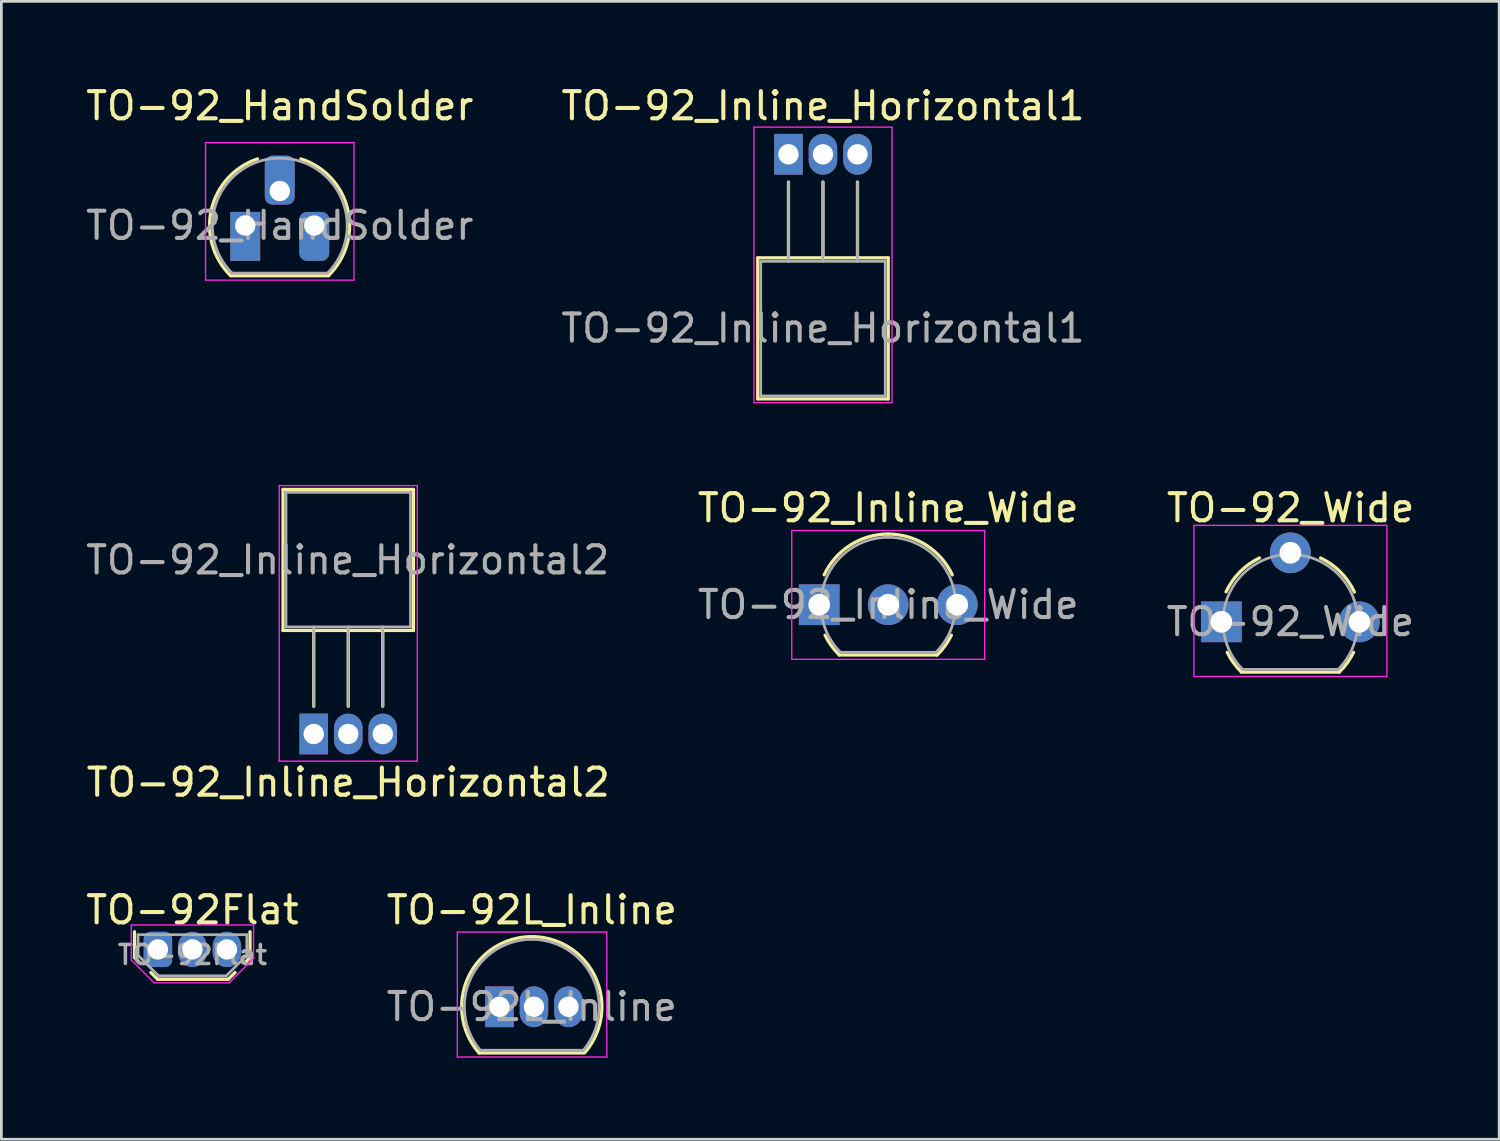
<source format=kicad_pcb>
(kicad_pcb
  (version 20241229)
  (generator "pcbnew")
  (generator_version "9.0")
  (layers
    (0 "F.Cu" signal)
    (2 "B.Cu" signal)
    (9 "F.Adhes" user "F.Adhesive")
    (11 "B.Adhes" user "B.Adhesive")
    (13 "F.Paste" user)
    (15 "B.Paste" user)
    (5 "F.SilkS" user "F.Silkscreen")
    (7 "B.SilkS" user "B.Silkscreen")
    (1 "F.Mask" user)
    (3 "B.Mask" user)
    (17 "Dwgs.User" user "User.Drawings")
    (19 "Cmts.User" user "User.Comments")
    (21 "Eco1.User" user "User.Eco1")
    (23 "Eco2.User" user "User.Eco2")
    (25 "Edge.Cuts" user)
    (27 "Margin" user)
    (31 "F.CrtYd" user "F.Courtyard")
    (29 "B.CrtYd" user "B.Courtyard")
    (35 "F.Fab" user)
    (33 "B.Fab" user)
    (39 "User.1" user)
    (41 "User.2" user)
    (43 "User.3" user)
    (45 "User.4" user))
  (footprint "TO-92_Wide"
    (layer "F.Cu")
    (at 41.891 19.831)
    (property "Reference" "TO-92_Wide" (at 2.55 -4.19 0) (layer "F.SilkS") (effects (font (size 1 1) (thickness 0.15))))
    (attr through_hole)
    (fp_line (start 0.74 1.85) (end 4.34 1.85) (stroke (width 0.12) (type solid)) (layer "F.SilkS"))
    (fp_arc (start 0.172801 -1.103842) (mid 0.678995 -1.832692) (end 1.4 -2.35) (stroke (width 0.12) (type solid)) (layer "F.SilkS"))
    (fp_arc (start 0.74 1.85) (mid 0.446097 1.509328) (end 0.215816 1.122795) (stroke (width 0.12) (type solid)) (layer "F.SilkS"))
    (fp_arc (start 3.65 -2.35) (mid 4.382279 -1.833196) (end 4.895458 -1.098371) (stroke (width 0.12) (type solid)) (layer "F.SilkS"))
    (fp_arc (start 4.864184 1.122795) (mid 4.633903 1.509328) (end 4.34 1.85) (stroke (width 0.12) (type solid)) (layer "F.SilkS"))
    (fp_line (start -1.01 -3.55) (end -1.01 2.01) (stroke (width 0.05) (type solid)) (layer "F.CrtYd"))
    (fp_line (start -1.01 -3.55) (end 6.09 -3.55) (stroke (width 0.05) (type solid)) (layer "F.CrtYd"))
    (fp_line (start 6.09 2.01) (end -1.01 2.01) (stroke (width 0.05) (type solid)) (layer "F.CrtYd"))
    (fp_line (start 6.09 2.01) (end 6.09 -3.55) (stroke (width 0.05) (type solid)) (layer "F.CrtYd"))
    (fp_line (start 0.8 1.75) (end 4.3 1.75) (stroke (width 0.1) (type solid)) (layer "F.Fab"))
    (fp_arc (start 0.786375 1.753625) (mid 0.248779 -0.949055) (end 2.54 -2.48) (stroke (width 0.1) (type solid)) (layer "F.Fab"))
    (fp_arc (start 2.54 -2.48) (mid 4.831221 -0.949055) (end 4.293625 1.753625) (stroke (width 0.1) (type solid)) (layer "F.Fab"))
    (fp_text user "${REFERENCE}" (at 2.54 0 0) (layer "F.Fab") (effects (font (size 1 1) (thickness 0.15))))
    (pad "1" thru_hole rect (at 0 0) (size 1.5 1.5) (drill 0.8) (layers "*.Cu" "*.Mask"))
    (pad "2" thru_hole circle (at 2.54 -2.54) (size 1.5 1.5) (drill 0.8) (layers "*.Cu" "*.Mask"))
    (pad "3" thru_hole circle (at 5.08 0) (size 1.5 1.5) (drill 0.8) (layers "*.Cu" "*.Mask")))
  (footprint "TO-92_HandSolder"
    (layer "F.Cu")
    (at 5.974 5.248)
    (property "Reference" "TO-92_HandSolder" (at 1.27 -4.4 0) (layer "F.SilkS") (effects (font (size 1 1) (thickness 0.15))))
    (attr through_hole)
    (fp_line (start -0.53 1.85) (end 3.07 1.85) (stroke (width 0.12) (type solid)) (layer "F.SilkS"))
    (fp_arc (start -0.541875 1.841741) (mid -1.247231 -0.581764) (end 0.45 -2.45) (stroke (width 0.12) (type solid)) (layer "F.SilkS"))
    (fp_arc (start 2.05 -2.45) (mid 3.769931 -0.601036) (end 3.078445 1.827684) (stroke (width 0.12) (type solid)) (layer "F.SilkS"))
    (fp_line (start -1.46 -3.05) (end -1.46 2.01) (stroke (width 0.05) (type solid)) (layer "F.CrtYd"))
    (fp_line (start -1.46 -3.05) (end 4 -3.05) (stroke (width 0.05) (type solid)) (layer "F.CrtYd"))
    (fp_line (start 4 2.01) (end -1.46 2.01) (stroke (width 0.05) (type solid)) (layer "F.CrtYd"))
    (fp_line (start 4 2.01) (end 4 -3.05) (stroke (width 0.05) (type solid)) (layer "F.CrtYd"))
    (fp_line (start -0.5 1.75) (end 3 1.75) (stroke (width 0.1) (type solid)) (layer "F.Fab"))
    (fp_arc (start -0.483625 1.753625) (mid -1.021221 -0.949055) (end 1.27 -2.48) (stroke (width 0.1) (type solid)) (layer "F.Fab"))
    (fp_arc (start 1.27 -2.48) (mid 3.561221 -0.949055) (end 3.023625 1.753625) (stroke (width 0.1) (type solid)) (layer "F.Fab"))
    (fp_text user "${REFERENCE}" (at 1.27 0 0) (layer "F.Fab") (effects (font (size 1 1) (thickness 0.15))))
    (pad "1" thru_hole rect (at 0 0) (size 1.1 1.8) (drill 0.75 (offset 0 0.4)) (layers "*.Cu" "*.Mask"))
    (pad "2" thru_hole roundrect (at 1.27 -1.27) (size 1.1 1.8) (drill 0.75 (offset 0 -0.4)) (layers "*.Cu" "*.Mask") (roundrect_rratio 0.25))
    (pad "3" thru_hole roundrect (at 2.54 0) (size 1.1 1.8) (drill 0.75 (offset 0 0.4)) (layers "*.Cu" "*.Mask") (roundrect_rratio 0.25)))
  (footprint "TO-92_Inline_Horizontal1"
    (layer "F.Cu")
    (at 25.962 2.628)
    (property "Reference" "TO-92_Inline_Horizontal1" (at 1.27 -1.78 0) (layer "F.SilkS") (effects (font (size 1 1) (thickness 0.15))))
    (attr through_hole)
    (fp_line (start -1.13 3.81) (end 3.67 3.81) (stroke (width 0.12) (type solid)) (layer "F.SilkS"))
    (fp_line (start -1.13 9) (end -1.13 3.81) (stroke (width 0.12) (type solid)) (layer "F.SilkS"))
    (fp_line (start 0 1.02) (end 0 3.81) (stroke (width 0.12) (type solid)) (layer "F.SilkS"))
    (fp_line (start 1.27 1.02) (end 1.27 3.81) (stroke (width 0.12) (type solid)) (layer "F.SilkS"))
    (fp_line (start 2.54 1.02) (end 2.54 3.81) (stroke (width 0.12) (type solid)) (layer "F.SilkS"))
    (fp_line (start 3.67 3.81) (end 3.67 9) (stroke (width 0.12) (type solid)) (layer "F.SilkS"))
    (fp_line (start 3.67 9) (end -1.13 9) (stroke (width 0.12) (type solid)) (layer "F.SilkS"))
    (fp_line (start -1.27 -1) (end -1.27 9.14) (stroke (width 0.05) (type solid)) (layer "F.CrtYd"))
    (fp_line (start -1.27 -1) (end 3.81 -1) (stroke (width 0.05) (type solid)) (layer "F.CrtYd"))
    (fp_line (start 3.81 9.14) (end -1.27 9.14) (stroke (width 0.05) (type solid)) (layer "F.CrtYd"))
    (fp_line (start 3.81 9.14) (end 3.81 -1) (stroke (width 0.05) (type solid)) (layer "F.CrtYd"))
    (fp_line (start -1.02 3.94) (end 3.56 3.94) (stroke (width 0.1) (type solid)) (layer "F.Fab"))
    (fp_line (start -1.02 8.89) (end -1.02 3.94) (stroke (width 0.1) (type solid)) (layer "F.Fab"))
    (fp_line (start 0 3.94) (end 0 1.02) (stroke (width 0.1) (type solid)) (layer "F.Fab"))
    (fp_line (start 1.27 3.94) (end 1.27 1.02) (stroke (width 0.1) (type solid)) (layer "F.Fab"))
    (fp_line (start 2.54 3.94) (end 2.54 1.02) (stroke (width 0.1) (type solid)) (layer "F.Fab"))
    (fp_line (start 3.56 3.94) (end 3.56 8.89) (stroke (width 0.1) (type solid)) (layer "F.Fab"))
    (fp_line (start 3.56 8.89) (end -1.02 8.89) (stroke (width 0.1) (type solid)) (layer "F.Fab"))
    (fp_text user "${REFERENCE}" (at 1.27 6.4 0) (layer "F.Fab") (effects (font (size 1 1) (thickness 0.15))))
    (pad "1" thru_hole rect (at 0 0) (size 1.05 1.5) (drill 0.75) (layers "*.Cu" "*.Mask"))
    (pad "2" thru_hole oval (at 1.27 0) (size 1.05 1.5) (drill 0.75) (layers "*.Cu" "*.Mask"))
    (pad "3" thru_hole oval (at 2.54 0) (size 1.05 1.5) (drill 0.75) (layers "*.Cu" "*.Mask")))
  (footprint "TO-92L_Inline"
    (layer "F.Cu")
    (at 15.328 33.995)
    (property "Reference" "TO-92L_Inline" (at 1.19 -3.56 0) (layer "F.SilkS") (effects (font (size 1 1) (thickness 0.15))))
    (attr through_hole)
    (fp_line (start -0.75 1.7) (end 3.1 1.7) (stroke (width 0.12) (type solid)) (layer "F.SilkS"))
    (fp_arc (start -0.75 1.7) (mid 1.183448 -2.579449) (end 3.138611 1.690122) (stroke (width 0.12) (type solid)) (layer "F.SilkS"))
    (fp_line (start -1.55 -2.75) (end -1.55 1.85) (stroke (width 0.05) (type solid)) (layer "F.CrtYd"))
    (fp_line (start -1.55 -2.75) (end 3.95 -2.75) (stroke (width 0.05) (type solid)) (layer "F.CrtYd"))
    (fp_line (start 3.95 1.85) (end -1.55 1.85) (stroke (width 0.05) (type solid)) (layer "F.CrtYd"))
    (fp_line (start 3.95 1.85) (end 3.95 -2.75) (stroke (width 0.05) (type solid)) (layer "F.CrtYd"))
    (fp_line (start -0.7 1.6) (end 3.05 1.6) (stroke (width 0.1) (type solid)) (layer "F.Fab"))
    (fp_arc (start -0.702818 1.602385) (mid -1.059924 -1.043188) (end 1.19 -2.48) (stroke (width 0.1) (type solid)) (layer "F.Fab"))
    (fp_arc (start 1.19 -2.48) (mid 3.437211 -1.049019) (end 3.091103 1.592547) (stroke (width 0.1) (type solid)) (layer "F.Fab"))
    (fp_text user "${REFERENCE}" (at 1.19 0 0) (layer "F.Fab") (effects (font (size 1 1) (thickness 0.15))))
    (pad "1" thru_hole rect (at 0 0) (size 1.05 1.5) (drill 0.75) (layers "*.Cu" "*.Mask"))
    (pad "2" thru_hole oval (at 1.27 0) (size 1.05 1.5) (drill 0.75) (layers "*.Cu" "*.Mask"))
    (pad "3" thru_hole oval (at 2.54 0) (size 1.05 1.5) (drill 0.75) (layers "*.Cu" "*.Mask")))
  (footprint "TO-92Flat"
    (layer "F.Cu")
    (at 2.76 31.885)
    (property "Reference" "TO-92Flat" (at 1.27 -1.45 0) (layer "F.SilkS") (effects (font (size 1 1) (thickness 0.15))))
    (attr through_hole)
    (fp_line (start -0.86 0.3) (end -0.86 -0.65) (stroke (width 0.12) (type solid)) (layer "F.SilkS"))
    (fp_line (start -0.71 0.45) (end -0.86 0.3) (stroke (width 0.12) (type solid)) (layer "F.SilkS"))
    (fp_line (start -0.01 1.1) (end -0.26 0.85) (stroke (width 0.12) (type solid)) (layer "F.SilkS"))
    (fp_line (start -0.01 1.1) (end 2.59 1.1) (stroke (width 0.12) (type solid)) (layer "F.SilkS"))
    (fp_line (start 2.59 1.1) (end 2.84 0.85) (stroke (width 0.12) (type solid)) (layer "F.SilkS"))
    (fp_line (start 3.24 0.45) (end 3.39 0.3) (stroke (width 0.12) (type solid)) (layer "F.SilkS"))
    (fp_line (start 3.39 -0.65) (end 3.39 0.3) (stroke (width 0.12) (type solid)) (layer "F.SilkS"))
    (fp_line (start -0.98 -0.9) (end 3.52 -0.9) (stroke (width 0.05) (type solid)) (layer "F.CrtYd"))
    (fp_line (start -0.98 0.39) (end -0.98 -0.9) (stroke (width 0.05) (type solid)) (layer "F.CrtYd"))
    (fp_line (start -0.14 1.23) (end -0.98 0.39) (stroke (width 0.05) (type solid)) (layer "F.CrtYd"))
    (fp_line (start 2.62 1.23) (end -0.14 1.23) (stroke (width 0.05) (type solid)) (layer "F.CrtYd"))
    (fp_line (start 3.52 -0.9) (end 3.52 0.33) (stroke (width 0.05) (type solid)) (layer "F.CrtYd"))
    (fp_line (start 3.52 0.33) (end 2.62 1.23) (stroke (width 0.05) (type solid)) (layer "F.CrtYd"))
    (fp_line (start -0.73 -0.542) (end -0.73 0.217) (stroke (width 0.1) (type solid)) (layer "F.Fab"))
    (fp_line (start 0.03 0.978) (end -0.73 0.217) (stroke (width 0.1) (type solid)) (layer "F.Fab"))
    (fp_line (start 2.51 0.978) (end 0.03 0.978) (stroke (width 0.1) (type solid)) (layer "F.Fab"))
    (fp_line (start 2.51 0.978) (end 0.03 0.978) (stroke (width 0.1) (type solid)) (layer "F.Fab"))
    (fp_line (start 3.27 -0.542) (end -0.73 -0.542) (stroke (width 0.1) (type solid)) (layer "F.Fab"))
    (fp_line (start 3.27 -0.542) (end 3.27 0.217) (stroke (width 0.1) (type solid)) (layer "F.Fab"))
    (fp_line (start 3.27 0.217) (end 2.51 0.978) (stroke (width 0.1) (type solid)) (layer "F.Fab"))
    (fp_text user "${REFERENCE}" (at 1.27 0.2 0) (layer "F.Fab") (effects (font (size 0.7 0.7) (thickness 0.13))))
    (pad "1" thru_hole roundrect (at 0 0) (size 1.05 1.3) (drill 0.75) (layers "*.Cu" "*.Mask") (roundrect_rratio 0.238))
    (pad "2" thru_hole oval (at 1.27 0) (size 1.05 1.3) (drill 0.75) (layers "*.Cu" "*.Mask"))
    (pad "3" thru_hole oval (at 2.54 0) (size 1.05 1.3) (drill 0.75) (layers "*.Cu" "*.Mask")))
  (footprint "TO-92_Inline_Horizontal2"
    (layer "F.Cu")
    (at 8.494 23.958)
    (property "Reference" "TO-92_Inline_Horizontal2" (at 1.27 1.78 0) (layer "F.SilkS") (effects (font (size 1 1) (thickness 0.15))))
    (attr through_hole)
    (fp_line (start -1.13 -9) (end -1.13 -3.81) (stroke (width 0.12) (type solid)) (layer "F.SilkS"))
    (fp_line (start -1.13 -3.81) (end 3.67 -3.81) (stroke (width 0.12) (type solid)) (layer "F.SilkS"))
    (fp_line (start 0 -1.02) (end 0 -3.81) (stroke (width 0.12) (type solid)) (layer "F.SilkS"))
    (fp_line (start 1.27 -1.02) (end 1.27 -3.81) (stroke (width 0.12) (type solid)) (layer "F.SilkS"))
    (fp_line (start 2.54 -1.02) (end 2.54 -3.81) (stroke (width 0.12) (type solid)) (layer "F.SilkS"))
    (fp_line (start 3.67 -9) (end -1.13 -9) (stroke (width 0.12) (type solid)) (layer "F.SilkS"))
    (fp_line (start 3.67 -3.81) (end 3.67 -9) (stroke (width 0.12) (type solid)) (layer "F.SilkS"))
    (fp_line (start -1.27 -9.14) (end -1.27 1) (stroke (width 0.05) (type solid)) (layer "F.CrtYd"))
    (fp_line (start -1.27 -9.14) (end 3.81 -9.14) (stroke (width 0.05) (type solid)) (layer "F.CrtYd"))
    (fp_line (start 3.81 1) (end -1.27 1) (stroke (width 0.05) (type solid)) (layer "F.CrtYd"))
    (fp_line (start 3.81 1) (end 3.81 -9.14) (stroke (width 0.05) (type solid)) (layer "F.CrtYd"))
    (fp_line (start -1.02 -8.89) (end -1.02 -3.94) (stroke (width 0.1) (type solid)) (layer "F.Fab"))
    (fp_line (start -1.02 -3.94) (end 3.56 -3.94) (stroke (width 0.1) (type solid)) (layer "F.Fab"))
    (fp_line (start 0 -3.94) (end 0 -1.02) (stroke (width 0.1) (type solid)) (layer "F.Fab"))
    (fp_line (start 1.27 -3.94) (end 1.27 -1.02) (stroke (width 0.1) (type solid)) (layer "F.Fab"))
    (fp_line (start 2.54 -3.94) (end 2.54 -1.02) (stroke (width 0.1) (type solid)) (layer "F.Fab"))
    (fp_line (start 3.56 -8.89) (end -1.02 -8.89) (stroke (width 0.1) (type solid)) (layer "F.Fab"))
    (fp_line (start 3.56 -3.94) (end 3.56 -8.89) (stroke (width 0.1) (type solid)) (layer "F.Fab"))
    (fp_text user "${REFERENCE}" (at 1.25 -6.4 0) (layer "F.Fab") (effects (font (size 1 1) (thickness 0.15))))
    (pad "1" thru_hole rect (at 0 0) (size 1.05 1.5) (drill 0.75) (layers "*.Cu" "*.Mask"))
    (pad "2" thru_hole oval (at 1.27 0) (size 1.05 1.5) (drill 0.75) (layers "*.Cu" "*.Mask"))
    (pad "3" thru_hole oval (at 2.54 0) (size 1.05 1.5) (drill 0.75) (layers "*.Cu" "*.Mask")))
  (footprint "TO-92_Inline_Wide"
    (layer "F.Cu")
    (at 27.093 19.201)
    (property "Reference" "TO-92_Inline_Wide" (at 2.54 -3.56 0) (layer "F.SilkS") (effects (font (size 1 1) (thickness 0.15))))
    (attr through_hole)
    (fp_line (start 0.74 1.85) (end 4.34 1.85) (stroke (width 0.12) (type solid)) (layer "F.SilkS"))
    (fp_arc (start 0.1836 -1.098807) (mid 1.143021 -2.192817) (end 2.54 -2.6) (stroke (width 0.12) (type solid)) (layer "F.SilkS"))
    (fp_arc (start 0.74 1.85) (mid 0.446097 1.509328) (end 0.215816 1.122795) (stroke (width 0.12) (type solid)) (layer "F.SilkS"))
    (fp_arc (start 2.54 -2.6) (mid 3.936979 -2.192818) (end 4.8964 -1.098807) (stroke (width 0.12) (type solid)) (layer "F.SilkS"))
    (fp_arc (start 4.864184 1.122795) (mid 4.633903 1.509328) (end 4.34 1.85) (stroke (width 0.12) (type solid)) (layer "F.SilkS"))
    (fp_line (start -1.01 -2.73) (end -1.01 2.01) (stroke (width 0.05) (type solid)) (layer "F.CrtYd"))
    (fp_line (start -1.01 -2.73) (end 6.09 -2.73) (stroke (width 0.05) (type solid)) (layer "F.CrtYd"))
    (fp_line (start 6.09 2.01) (end -1.01 2.01) (stroke (width 0.05) (type solid)) (layer "F.CrtYd"))
    (fp_line (start 6.09 2.01) (end 6.09 -2.73) (stroke (width 0.05) (type solid)) (layer "F.CrtYd"))
    (fp_line (start 0.8 1.75) (end 4.3 1.75) (stroke (width 0.1) (type solid)) (layer "F.Fab"))
    (fp_arc (start 0.786375 1.753625) (mid 0.248779 -0.949055) (end 2.54 -2.48) (stroke (width 0.1) (type solid)) (layer "F.Fab"))
    (fp_arc (start 2.54 -2.48) (mid 4.831221 -0.949055) (end 4.293625 1.753625) (stroke (width 0.1) (type solid)) (layer "F.Fab"))
    (fp_text user "${REFERENCE}" (at 2.54 0 0) (layer "F.Fab") (effects (font (size 1 1) (thickness 0.15))))
    (pad "1" thru_hole rect (at 0 0) (size 1.5 1.5) (drill 0.8) (layers "*.Cu" "*.Mask"))
    (pad "2" thru_hole circle (at 2.54 0) (size 1.5 1.5) (drill 0.8) (layers "*.Cu" "*.Mask"))
    (pad "3" thru_hole circle (at 5.08 0) (size 1.5 1.5) (drill 0.8) (layers "*.Cu" "*.Mask")))
  (gr_rect
    (start -3 -3)
    (end 52.113 38.87)
    (stroke (width 0.1) (type default))
    (fill no)
    (layer "Edge.Cuts")))
</source>
